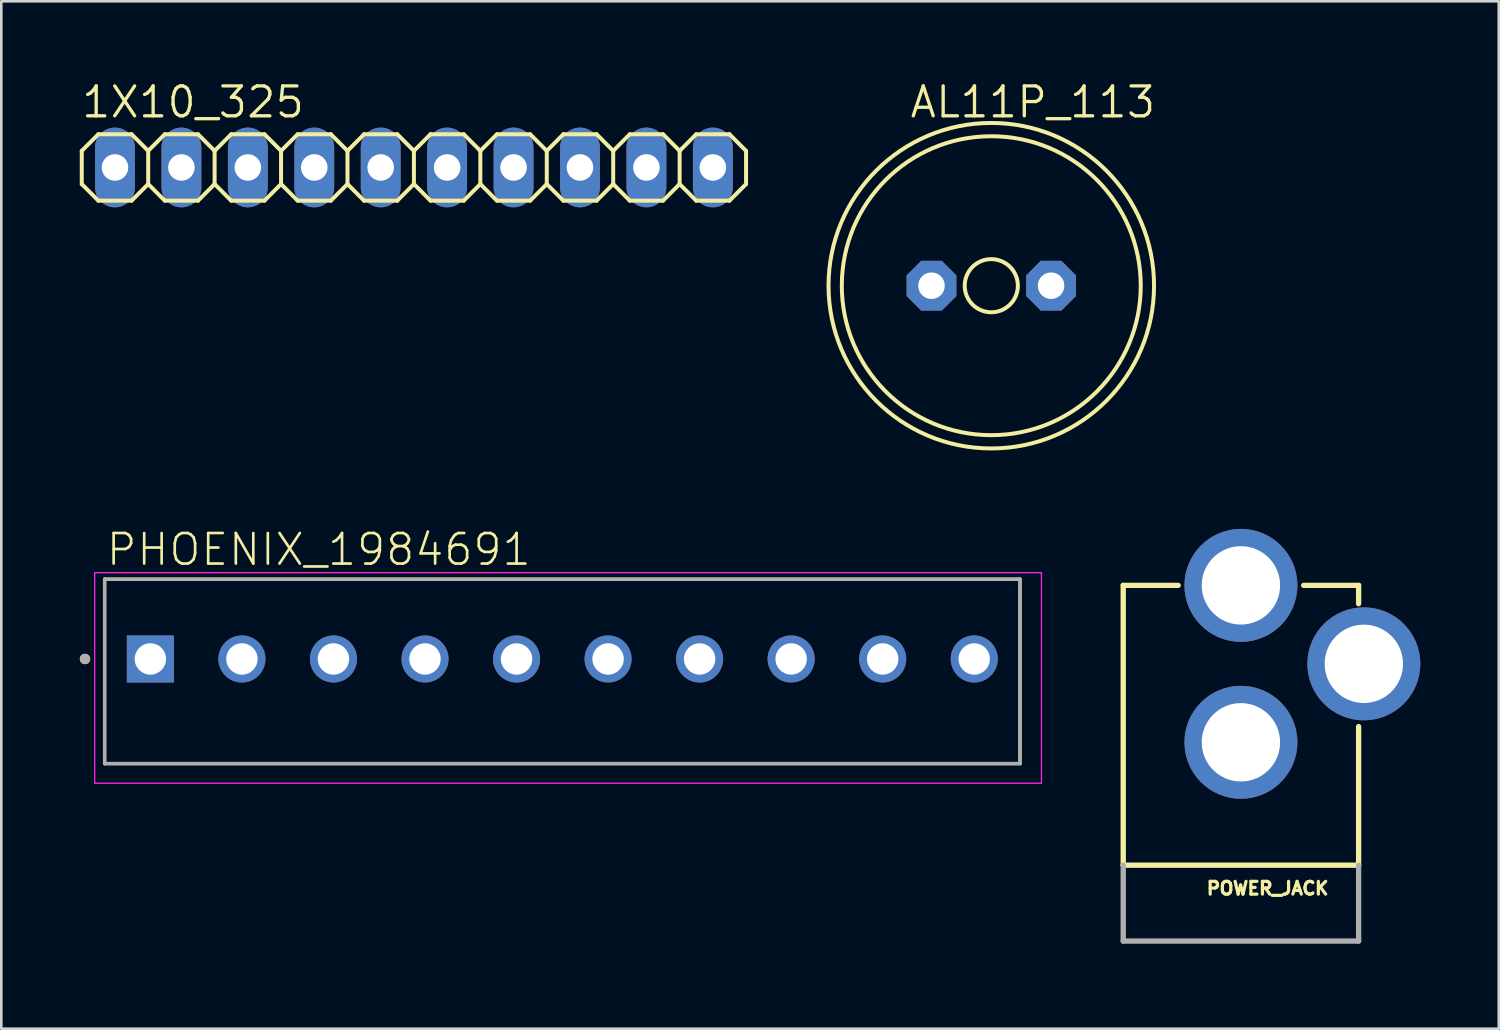
<source format=kicad_pcb>
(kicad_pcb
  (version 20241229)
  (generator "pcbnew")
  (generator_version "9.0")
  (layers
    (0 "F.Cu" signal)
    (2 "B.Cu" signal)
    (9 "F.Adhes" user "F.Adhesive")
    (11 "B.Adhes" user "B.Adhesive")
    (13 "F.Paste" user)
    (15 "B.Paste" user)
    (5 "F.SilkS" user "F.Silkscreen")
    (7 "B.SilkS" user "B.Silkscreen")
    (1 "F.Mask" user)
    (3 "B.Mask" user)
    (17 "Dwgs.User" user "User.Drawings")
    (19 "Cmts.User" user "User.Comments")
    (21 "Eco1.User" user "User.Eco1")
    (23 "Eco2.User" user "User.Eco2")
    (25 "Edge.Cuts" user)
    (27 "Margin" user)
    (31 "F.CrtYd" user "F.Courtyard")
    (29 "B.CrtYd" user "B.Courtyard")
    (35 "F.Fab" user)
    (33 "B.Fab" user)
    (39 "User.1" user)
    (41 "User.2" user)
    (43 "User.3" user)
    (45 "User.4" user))
  (footprint "PHOENIX_1984691"
    (layer "F.Cu")
    (at 0.95 26.146)
    (property "Reference" "PHOENIX_1984691" (at 0 -7.5 0) (unlocked yes) (layer "F.SilkS") (effects (font (size 1.168 1.168) (thickness 0.102)) (justify left bottom)))
    (fp_line (start 0 -7.05) (end 0 0) (stroke (width 0.127) (type solid)) (layer "F.SilkS"))
    (fp_line (start 0 -7.05) (end 35 -7.05) (stroke (width 0.127) (type solid)) (layer "F.SilkS"))
    (fp_line (start 0 0) (end 35 0) (stroke (width 0.127) (type solid)) (layer "F.SilkS"))
    (fp_line (start 35 -7.05) (end 35 0) (stroke (width 0.127) (type solid)) (layer "F.SilkS"))
    (fp_circle (center -0.75 -4) (end -0.65 -4) (stroke (width 0.2) (type solid)) (fill no) (layer "F.SilkS"))
    (fp_line (start -0.38 -7.3) (end -0.38 0.75) (stroke (width 0.05) (type solid)) (layer "F.CrtYd"))
    (fp_line (start -0.38 0.75) (end 35.82 0.75) (stroke (width 0.05) (type solid)) (layer "F.CrtYd"))
    (fp_line (start 35.82 -7.3) (end -0.38 -7.3) (stroke (width 0.05) (type solid)) (layer "F.CrtYd"))
    (fp_line (start 35.82 0.75) (end 35.82 -7.3) (stroke (width 0.05) (type solid)) (layer "F.CrtYd"))
    (fp_line (start 0 -7.05) (end 0 0) (stroke (width 0.127) (type solid)) (layer "F.Fab"))
    (fp_line (start 0 -7.05) (end 35 -7.05) (stroke (width 0.127) (type solid)) (layer "F.Fab"))
    (fp_line (start 0 0) (end 35 0) (stroke (width 0.127) (type solid)) (layer "F.Fab"))
    (fp_line (start 35 -7.05) (end 35 0) (stroke (width 0.127) (type solid)) (layer "F.Fab"))
    (fp_circle (center -0.75 -4) (end -0.65 -4) (stroke (width 0.2) (type solid)) (fill no) (layer "F.Fab"))
    (pad "1" thru_hole rect (at 1.75 -4) (size 1.8 1.8) (drill 1.2) (layers "*.Cu" "*.Mask"))
    (pad "2" thru_hole circle (at 5.25 -4) (size 1.8 1.8) (drill 1.2) (layers "*.Cu" "*.Mask"))
    (pad "3" thru_hole circle (at 8.75 -4) (size 1.8 1.8) (drill 1.2) (layers "*.Cu" "*.Mask"))
    (pad "4" thru_hole circle (at 12.25 -4) (size 1.8 1.8) (drill 1.2) (layers "*.Cu" "*.Mask"))
    (pad "5" thru_hole circle (at 15.75 -4) (size 1.8 1.8) (drill 1.2) (layers "*.Cu" "*.Mask"))
    (pad "6" thru_hole circle (at 19.25 -4) (size 1.8 1.8) (drill 1.2) (layers "*.Cu" "*.Mask"))
    (pad "7" thru_hole circle (at 22.75 -4) (size 1.8 1.8) (drill 1.2) (layers "*.Cu" "*.Mask"))
    (pad "8" thru_hole circle (at 26.25 -4) (size 1.8 1.8) (drill 1.2) (layers "*.Cu" "*.Mask"))
    (pad "9" thru_hole circle (at 29.75 -4) (size 1.8 1.8) (drill 1.2) (layers "*.Cu" "*.Mask"))
    (pad "10" thru_hole circle (at 33.25 -4) (size 1.8 1.8) (drill 1.2) (layers "*.Cu" "*.Mask")))
  (footprint "POWER_JACK"
    (layer "F.Cu")
    (at 44.397 33.032)
    (property "Reference" "POWER_JACK" (at -1.372 -1.829 0) (unlocked yes) (layer "F.SilkS") (effects (font (size 0.488 0.488) (thickness 0.122)) (justify left bottom)))
    (fp_line (start -4.5 -13.7) (end -2.4 -13.7) (stroke (width 0.203) (type solid)) (layer "F.SilkS"))
    (fp_line (start -4.5 -3) (end -4.5 -13.7) (stroke (width 0.203) (type solid)) (layer "F.SilkS"))
    (fp_line (start -4.5 -3) (end 4.5 -3) (stroke (width 0.203) (type solid)) (layer "F.SilkS"))
    (fp_line (start 4.5 -13.7) (end 2.4 -13.7) (stroke (width 0.203) (type solid)) (layer "F.SilkS"))
    (fp_line (start 4.5 -13.7) (end 4.5 -13) (stroke (width 0.203) (type solid)) (layer "F.SilkS"))
    (fp_line (start 4.5 -3) (end 4.5 -8.3) (stroke (width 0.203) (type solid)) (layer "F.SilkS"))
    (fp_line (start -4.5 -3) (end -4.5 -0.1) (stroke (width 0.203) (type solid)) (layer "F.Fab"))
    (fp_line (start 4.5 -0.1) (end -4.5 -0.1) (stroke (width 0.203) (type solid)) (layer "F.Fab"))
    (fp_line (start 4.5 -0.1) (end 4.5 -3) (stroke (width 0.203) (type solid)) (layer "F.Fab"))
    (pad "GND" thru_hole circle (at 0 -7.7) (size 4.318 4.318) (drill 2.997) (layers "*.Cu" "*.Mask"))
    (pad "GNDBREAK" thru_hole circle (at 4.7 -10.7 90) (size 4.318 4.318) (drill 2.997) (layers "*.Cu" "*.Mask"))
    (pad "PWR" thru_hole circle (at 0 -13.7) (size 4.318 4.318) (drill 2.997) (layers "*.Cu" "*.Mask")))
  (footprint "AL11P_113"
    (layer "F.Cu")
    (at 34.852 7.874)
    (property "Reference" "AL11P_113" (at -3.175 -6.35 0) (unlocked yes) (layer "F.SilkS") (effects (font (size 1.143 1.143) (thickness 0.127)) (justify left bottom)))
    (fp_circle (center 0 0) (end 1.016 0) (stroke (width 0.152) (type solid)) (fill no) (layer "F.SilkS"))
    (fp_circle (center 0 0) (end 5.715 0) (stroke (width 0.152) (type solid)) (fill no) (layer "F.SilkS"))
    (fp_circle (center 0 0) (end 6.223 0) (stroke (width 0.152) (type solid)) (fill no) (layer "F.SilkS"))
    (pad "+" thru_hole roundrect (at 2.286 0) (size 1.905 1.905) (drill 1.016) (layers "*.Cu" "*.Mask") (roundrect_rratio 0.25) (chamfer_ratio 0.293) (chamfer top_left top_right bottom_left bottom_right))
    (pad "-" thru_hole roundrect (at -2.286 0) (size 1.905 1.905) (drill 1.016) (layers "*.Cu" "*.Mask") (roundrect_rratio 0.25) (chamfer_ratio 0.293) (chamfer top_left top_right bottom_left bottom_right)))
  (footprint "1X10_325"
    (layer "F.Cu")
    (at 12.776 3.353)
    (property "Reference" "1X10_325" (at -12.776 -1.829 0) (unlocked yes) (layer "F.SilkS") (effects (font (size 1.143 1.143) (thickness 0.127)) (justify left bottom)))
    (fp_line (start -12.7 -0.635) (end -12.7 0.635) (stroke (width 0.152) (type solid)) (layer "F.SilkS"))
    (fp_line (start -12.7 0.635) (end -12.065 1.27) (stroke (width 0.152) (type solid)) (layer "F.SilkS"))
    (fp_line (start -12.065 -1.27) (end -12.7 -0.635) (stroke (width 0.152) (type solid)) (layer "F.SilkS"))
    (fp_line (start -12.065 -1.27) (end -10.795 -1.27) (stroke (width 0.152) (type solid)) (layer "F.SilkS"))
    (fp_line (start -10.795 -1.27) (end -10.16 -0.635) (stroke (width 0.152) (type solid)) (layer "F.SilkS"))
    (fp_line (start -10.795 1.27) (end -12.065 1.27) (stroke (width 0.152) (type solid)) (layer "F.SilkS"))
    (fp_line (start -10.16 -0.635) (end -10.16 0.635) (stroke (width 0.152) (type solid)) (layer "F.SilkS"))
    (fp_line (start -10.16 -0.635) (end -9.525 -1.27) (stroke (width 0.152) (type solid)) (layer "F.SilkS"))
    (fp_line (start -10.16 0.635) (end -10.795 1.27) (stroke (width 0.152) (type solid)) (layer "F.SilkS"))
    (fp_line (start -9.525 -1.27) (end -8.255 -1.27) (stroke (width 0.152) (type solid)) (layer "F.SilkS"))
    (fp_line (start -9.525 1.27) (end -10.16 0.635) (stroke (width 0.152) (type solid)) (layer "F.SilkS"))
    (fp_line (start -8.255 -1.27) (end -7.62 -0.635) (stroke (width 0.152) (type solid)) (layer "F.SilkS"))
    (fp_line (start -8.255 1.27) (end -9.525 1.27) (stroke (width 0.152) (type solid)) (layer "F.SilkS"))
    (fp_line (start -7.62 -0.635) (end -7.62 0.635) (stroke (width 0.152) (type solid)) (layer "F.SilkS"))
    (fp_line (start -7.62 -0.635) (end -6.985 -1.27) (stroke (width 0.152) (type solid)) (layer "F.SilkS"))
    (fp_line (start -7.62 0.635) (end -8.255 1.27) (stroke (width 0.152) (type solid)) (layer "F.SilkS"))
    (fp_line (start -6.985 -1.27) (end -5.715 -1.27) (stroke (width 0.152) (type solid)) (layer "F.SilkS"))
    (fp_line (start -6.985 1.27) (end -7.62 0.635) (stroke (width 0.152) (type solid)) (layer "F.SilkS"))
    (fp_line (start -5.715 -1.27) (end -5.08 -0.635) (stroke (width 0.152) (type solid)) (layer "F.SilkS"))
    (fp_line (start -5.715 1.27) (end -6.985 1.27) (stroke (width 0.152) (type solid)) (layer "F.SilkS"))
    (fp_line (start -5.08 -0.635) (end -5.08 0.635) (stroke (width 0.152) (type solid)) (layer "F.SilkS"))
    (fp_line (start -5.08 0.635) (end -5.715 1.27) (stroke (width 0.152) (type solid)) (layer "F.SilkS"))
    (fp_line (start -5.08 0.635) (end -4.445 1.27) (stroke (width 0.152) (type solid)) (layer "F.SilkS"))
    (fp_line (start -4.445 -1.27) (end -5.08 -0.635) (stroke (width 0.152) (type solid)) (layer "F.SilkS"))
    (fp_line (start -4.445 -1.27) (end -3.175 -1.27) (stroke (width 0.152) (type solid)) (layer "F.SilkS"))
    (fp_line (start -3.175 -1.27) (end -2.54 -0.635) (stroke (width 0.152) (type solid)) (layer "F.SilkS"))
    (fp_line (start -3.175 1.27) (end -4.445 1.27) (stroke (width 0.152) (type solid)) (layer "F.SilkS"))
    (fp_line (start -2.54 -0.635) (end -2.54 0.635) (stroke (width 0.152) (type solid)) (layer "F.SilkS"))
    (fp_line (start -2.54 -0.635) (end -1.905 -1.27) (stroke (width 0.152) (type solid)) (layer "F.SilkS"))
    (fp_line (start -2.54 0.635) (end -3.175 1.27) (stroke (width 0.152) (type solid)) (layer "F.SilkS"))
    (fp_line (start -1.905 -1.27) (end -0.635 -1.27) (stroke (width 0.152) (type solid)) (layer "F.SilkS"))
    (fp_line (start -1.905 1.27) (end -2.54 0.635) (stroke (width 0.152) (type solid)) (layer "F.SilkS"))
    (fp_line (start -0.635 -1.27) (end 0 -0.635) (stroke (width 0.152) (type solid)) (layer "F.SilkS"))
    (fp_line (start -0.635 1.27) (end -1.905 1.27) (stroke (width 0.152) (type solid)) (layer "F.SilkS"))
    (fp_line (start 0 -0.635) (end 0 0.635) (stroke (width 0.152) (type solid)) (layer "F.SilkS"))
    (fp_line (start 0 -0.635) (end 0.635 -1.27) (stroke (width 0.152) (type solid)) (layer "F.SilkS"))
    (fp_line (start 0 0.635) (end -0.635 1.27) (stroke (width 0.152) (type solid)) (layer "F.SilkS"))
    (fp_line (start 0.635 -1.27) (end 1.905 -1.27) (stroke (width 0.152) (type solid)) (layer "F.SilkS"))
    (fp_line (start 0.635 1.27) (end 0 0.635) (stroke (width 0.152) (type solid)) (layer "F.SilkS"))
    (fp_line (start 1.905 -1.27) (end 2.54 -0.635) (stroke (width 0.152) (type solid)) (layer "F.SilkS"))
    (fp_line (start 1.905 1.27) (end 0.635 1.27) (stroke (width 0.152) (type solid)) (layer "F.SilkS"))
    (fp_line (start 2.54 -0.635) (end 2.54 0.635) (stroke (width 0.152) (type solid)) (layer "F.SilkS"))
    (fp_line (start 2.54 0.635) (end 1.905 1.27) (stroke (width 0.152) (type solid)) (layer "F.SilkS"))
    (fp_line (start 2.54 0.635) (end 3.175 1.27) (stroke (width 0.152) (type solid)) (layer "F.SilkS"))
    (fp_line (start 3.175 -1.27) (end 2.54 -0.635) (stroke (width 0.152) (type solid)) (layer "F.SilkS"))
    (fp_line (start 3.175 -1.27) (end 4.445 -1.27) (stroke (width 0.152) (type solid)) (layer "F.SilkS"))
    (fp_line (start 4.445 -1.27) (end 5.08 -0.635) (stroke (width 0.152) (type solid)) (layer "F.SilkS"))
    (fp_line (start 4.445 1.27) (end 3.175 1.27) (stroke (width 0.152) (type solid)) (layer "F.SilkS"))
    (fp_line (start 5.08 -0.635) (end 5.08 0.635) (stroke (width 0.152) (type solid)) (layer "F.SilkS"))
    (fp_line (start 5.08 -0.635) (end 5.715 -1.27) (stroke (width 0.152) (type solid)) (layer "F.SilkS"))
    (fp_line (start 5.08 0.635) (end 4.445 1.27) (stroke (width 0.152) (type solid)) (layer "F.SilkS"))
    (fp_line (start 5.715 -1.27) (end 6.985 -1.27) (stroke (width 0.152) (type solid)) (layer "F.SilkS"))
    (fp_line (start 5.715 1.27) (end 5.08 0.635) (stroke (width 0.152) (type solid)) (layer "F.SilkS"))
    (fp_line (start 6.985 -1.27) (end 7.62 -0.635) (stroke (width 0.152) (type solid)) (layer "F.SilkS"))
    (fp_line (start 6.985 1.27) (end 5.715 1.27) (stroke (width 0.152) (type solid)) (layer "F.SilkS"))
    (fp_line (start 7.62 -0.635) (end 7.62 0.635) (stroke (width 0.152) (type solid)) (layer "F.SilkS"))
    (fp_line (start 7.62 -0.635) (end 8.255 -1.27) (stroke (width 0.152) (type solid)) (layer "F.SilkS"))
    (fp_line (start 7.62 0.635) (end 6.985 1.27) (stroke (width 0.152) (type solid)) (layer "F.SilkS"))
    (fp_line (start 8.255 -1.27) (end 9.525 -1.27) (stroke (width 0.152) (type solid)) (layer "F.SilkS"))
    (fp_line (start 8.255 1.27) (end 7.62 0.635) (stroke (width 0.152) (type solid)) (layer "F.SilkS"))
    (fp_line (start 9.525 -1.27) (end 10.16 -0.635) (stroke (width 0.152) (type solid)) (layer "F.SilkS"))
    (fp_line (start 9.525 1.27) (end 8.255 1.27) (stroke (width 0.152) (type solid)) (layer "F.SilkS"))
    (fp_line (start 10.16 -0.635) (end 10.16 0.635) (stroke (width 0.152) (type solid)) (layer "F.SilkS"))
    (fp_line (start 10.16 0.635) (end 9.525 1.27) (stroke (width 0.152) (type solid)) (layer "F.SilkS"))
    (fp_line (start 10.16 0.635) (end 10.795 1.27) (stroke (width 0.152) (type solid)) (layer "F.SilkS"))
    (fp_line (start 10.795 -1.27) (end 10.16 -0.635) (stroke (width 0.152) (type solid)) (layer "F.SilkS"))
    (fp_line (start 10.795 -1.27) (end 12.065 -1.27) (stroke (width 0.152) (type solid)) (layer "F.SilkS"))
    (fp_line (start 12.065 -1.27) (end 12.7 -0.635) (stroke (width 0.152) (type solid)) (layer "F.SilkS"))
    (fp_line (start 12.065 1.27) (end 10.795 1.27) (stroke (width 0.152) (type solid)) (layer "F.SilkS"))
    (fp_line (start 12.7 -0.635) (end 12.7 0.635) (stroke (width 0.152) (type solid)) (layer "F.SilkS"))
    (fp_line (start 12.7 0.635) (end 12.065 1.27) (stroke (width 0.152) (type solid)) (layer "F.SilkS"))
    (fp_poly (pts (xy -11.684 0.254) (xy -11.176 0.254) (xy -11.176 -0.254) (xy -11.684 -0.254)) (stroke (width 0.1) (type default)) (fill no) (layer "F.Fab"))
    (fp_poly (pts (xy -9.144 0.254) (xy -8.636 0.254) (xy -8.636 -0.254) (xy -9.144 -0.254)) (stroke (width 0.1) (type default)) (fill no) (layer "F.Fab"))
    (fp_poly (pts (xy -6.604 0.254) (xy -6.096 0.254) (xy -6.096 -0.254) (xy -6.604 -0.254)) (stroke (width 0.1) (type default)) (fill no) (layer "F.Fab"))
    (fp_poly (pts (xy -4.064 0.254) (xy -3.556 0.254) (xy -3.556 -0.254) (xy -4.064 -0.254)) (stroke (width 0.1) (type default)) (fill no) (layer "F.Fab"))
    (fp_poly (pts (xy -1.524 0.254) (xy -1.016 0.254) (xy -1.016 -0.254) (xy -1.524 -0.254)) (stroke (width 0.1) (type default)) (fill no) (layer "F.Fab"))
    (fp_poly (pts (xy 1.016 0.254) (xy 1.524 0.254) (xy 1.524 -0.254) (xy 1.016 -0.254)) (stroke (width 0.1) (type default)) (fill no) (layer "F.Fab"))
    (fp_poly (pts (xy 3.556 0.254) (xy 4.064 0.254) (xy 4.064 -0.254) (xy 3.556 -0.254)) (stroke (width 0.1) (type default)) (fill no) (layer "F.Fab"))
    (fp_poly (pts (xy 6.096 0.254) (xy 6.604 0.254) (xy 6.604 -0.254) (xy 6.096 -0.254)) (stroke (width 0.1) (type default)) (fill no) (layer "F.Fab"))
    (fp_poly (pts (xy 8.636 0.254) (xy 9.144 0.254) (xy 9.144 -0.254) (xy 8.636 -0.254)) (stroke (width 0.1) (type default)) (fill no) (layer "F.Fab"))
    (fp_poly (pts (xy 11.176 0.254) (xy 11.684 0.254) (xy 11.684 -0.254) (xy 11.176 -0.254)) (stroke (width 0.1) (type default)) (fill no) (layer "F.Fab"))
    (pad "1" thru_hole oval (at -11.43 0 90) (size 3.048 1.524) (drill 1.016) (layers "*.Cu" "*.Mask"))
    (pad "2" thru_hole oval (at -8.89 0 90) (size 3.048 1.524) (drill 1.016) (layers "*.Cu" "*.Mask"))
    (pad "3" thru_hole oval (at -6.35 0 90) (size 3.048 1.524) (drill 1.016) (layers "*.Cu" "*.Mask"))
    (pad "4" thru_hole oval (at -3.81 0 90) (size 3.048 1.524) (drill 1.016) (layers "*.Cu" "*.Mask"))
    (pad "5" thru_hole oval (at -1.27 0 90) (size 3.048 1.524) (drill 1.016) (layers "*.Cu" "*.Mask"))
    (pad "6" thru_hole oval (at 1.27 0 90) (size 3.048 1.524) (drill 1.016) (layers "*.Cu" "*.Mask"))
    (pad "7" thru_hole oval (at 3.81 0 90) (size 3.048 1.524) (drill 1.016) (layers "*.Cu" "*.Mask"))
    (pad "8" thru_hole oval (at 6.35 0 90) (size 3.048 1.524) (drill 1.016) (layers "*.Cu" "*.Mask"))
    (pad "9" thru_hole oval (at 8.89 0 90) (size 3.048 1.524) (drill 1.016) (layers "*.Cu" "*.Mask"))
    (pad "10" thru_hole oval (at 11.43 0 90) (size 3.048 1.524) (drill 1.016) (layers "*.Cu" "*.Mask")))
  (gr_rect
    (start -3 -3)
    (end 54.256 36.282)
    (stroke (width 0.1) (type default))
    (fill no)
    (layer "Edge.Cuts")))
</source>
